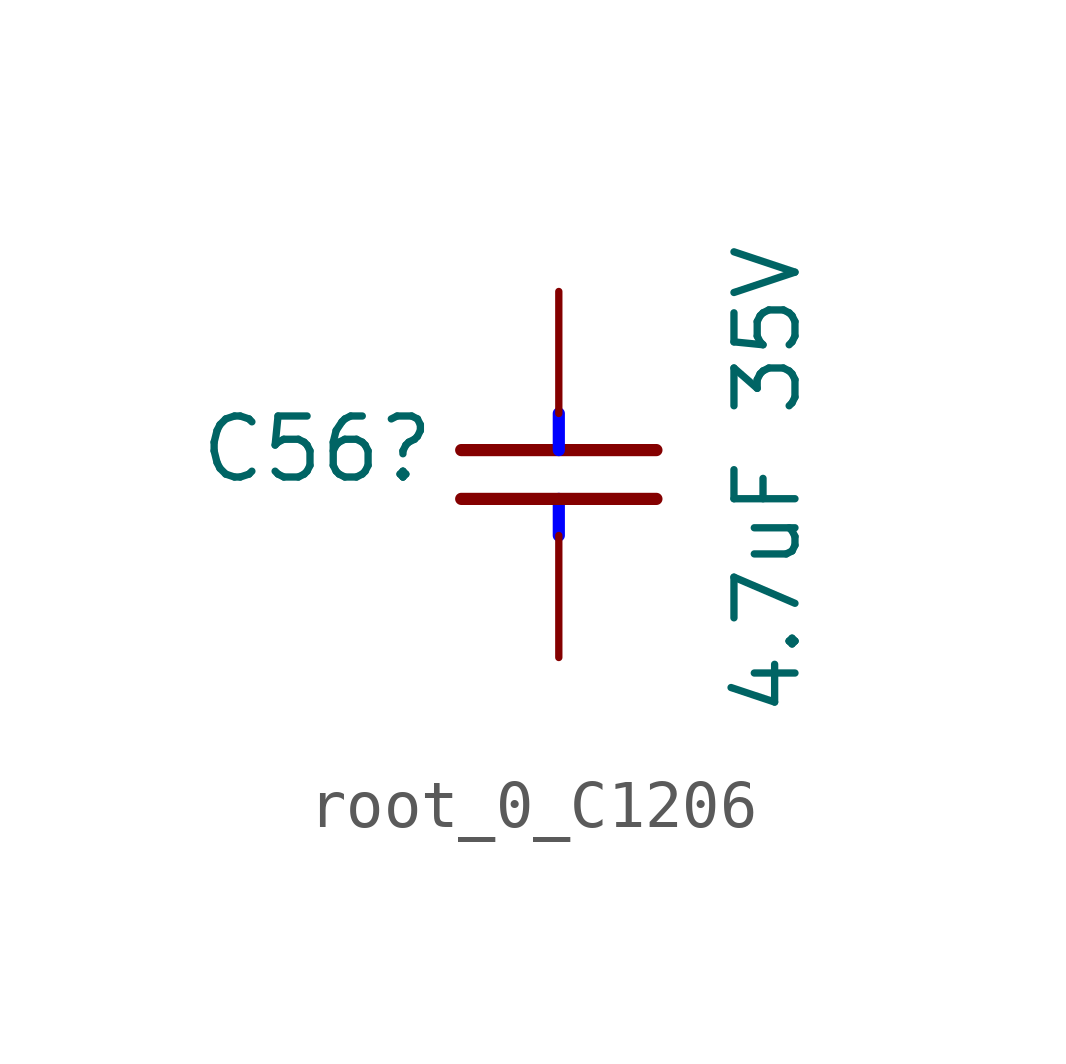
<source format=kicad_sym>
(kicad_symbol_lib
  (version 20220914)
  (generator kicad_symbol_editor)
  (symbol "root_0_C1206"
    (property "Reference" "C56"
      (at -2.54 0 0)
      (effects (font (size 1.27 1.27)) (justify right top)))
    (property "Value" "4.7uF 35V"
      (at 5.08 -6.35 90)
      (effects (font (size 1.27 1.27)) (justify left bottom)))
    (symbol "root_0_C1206_1_0"
      (polyline (pts (xy -2.032 -0.762) (xy 2.032 -0.762)) (stroke (width 0.254) (type solid)) (fill (type none)))
      (polyline (pts (xy 0 -2.54) (xy 0 -1.778)) (stroke (width 0.254) (type solid) (color 0 0 255 1)) (fill (type none)))
      (polyline (pts (xy 0 0) (xy 0 -0.762)) (stroke (width 0.254) (type solid) (color 0 0 255 1)) (fill (type none)))
      (polyline (pts (xy 2.032 -1.778) (xy -2.032 -1.778)) (stroke (width 0.254) (type solid)) (fill (type none)))
      (pin passive line (at 0 2.54 270) (length 2.54) (name "1" (effects (font (size 0 0)))) (number "1" (effects (font (size 0 0)))))
      (pin passive line (at 0 -5.08 90) (length 2.54) (name "2" (effects (font (size 0 0)))) (number "2" (effects (font (size 0 0))))))))
</source>
